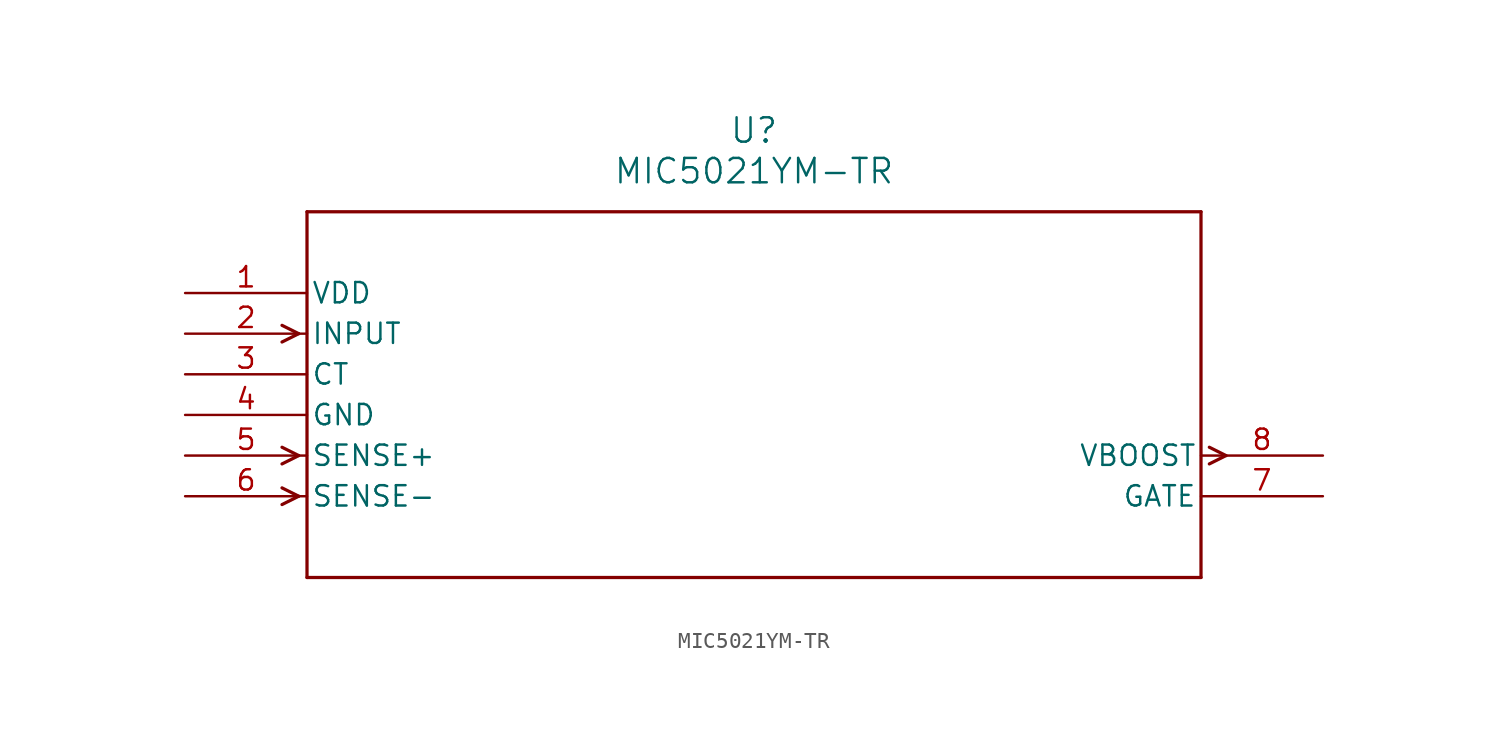
<source format=kicad_sym>
(kicad_symbol_lib
  (version 20211014)
  (generator kicad_symbol_editor)
  (symbol "MIC5021YM-TR"
    (pin_names
      (offset 0.254))
    (property "Reference" "U"
      (at 35.56 10.16 0)
      (effects (font (size 1.524 1.524))))
    (property "Value" "MIC5021YM-TR"
      (at 35.56 7.62 0)
      (effects (font (size 1.524 1.524))))
    (symbol "MIC5021YM-TR_0_1"
      (polyline (pts (xy 7.099 -2.54) (xy 6.058 -2.019)) (stroke (width 0.203) (type default) (color 0 0 0 0)) (fill (type none)))
      (polyline (pts (xy 7.099 -2.54) (xy 6.058 -3.061)) (stroke (width 0.203) (type default) (color 0 0 0 0)) (fill (type none)))
      (polyline (pts (xy 7.099 -10.16) (xy 6.058 -9.639)) (stroke (width 0.203) (type default) (color 0 0 0 0)) (fill (type none)))
      (polyline (pts (xy 7.099 -10.16) (xy 6.058 -10.681)) (stroke (width 0.203) (type default) (color 0 0 0 0)) (fill (type none)))
      (polyline (pts (xy 7.099 -12.7) (xy 6.058 -12.179)) (stroke (width 0.203) (type default) (color 0 0 0 0)) (fill (type none)))
      (polyline (pts (xy 7.099 -12.7) (xy 6.058 -13.221)) (stroke (width 0.203) (type default) (color 0 0 0 0)) (fill (type none)))
      (polyline (pts (xy 64.021 -9.639) (xy 65.062 -10.16)) (stroke (width 0.203) (type default) (color 0 0 0 0)) (fill (type none)))
      (polyline (pts (xy 64.021 -10.681) (xy 65.062 -10.16)) (stroke (width 0.203) (type default) (color 0 0 0 0)) (fill (type none)))
      (polyline (pts (xy 7.62 5.08) (xy 7.62 -17.78)) (stroke (width 0.203) (type default) (color 0 0 0 0)) (fill (type none)))
      (polyline (pts (xy 7.62 -17.78) (xy 63.5 -17.78)) (stroke (width 0.203) (type default) (color 0 0 0 0)) (fill (type none)))
      (polyline (pts (xy 63.5 -17.78) (xy 63.5 5.08)) (stroke (width 0.203) (type default) (color 0 0 0 0)) (fill (type none)))
      (polyline (pts (xy 63.5 5.08) (xy 7.62 5.08)) (stroke (width 0.203) (type default) (color 0 0 0 0)) (fill (type none)))
      (pin power_in line (at 0 0 0) (length 7.62) (name "VDD" (effects (font (size 1.27 1.27)))) (number "1" (effects (font (size 1.27 1.27)))))
      (pin input line (at 0 -2.54 0) (length 7.62) (name "INPUT" (effects (font (size 1.27 1.27)))) (number "2" (effects (font (size 1.27 1.27)))))
      (pin unspecified line (at 0 -5.08 0) (length 7.62) (name "CT" (effects (font (size 1.27 1.27)))) (number "3" (effects (font (size 1.27 1.27)))))
      (pin power_in line (at 0 -7.62 0) (length 7.62) (name "GND" (effects (font (size 1.27 1.27)))) (number "4" (effects (font (size 1.27 1.27)))))
      (pin input line (at 0 -10.16 0) (length 7.62) (name "SENSE+" (effects (font (size 1.27 1.27)))) (number "5" (effects (font (size 1.27 1.27)))))
      (pin input line (at 0 -12.7 0) (length 7.62) (name "SENSE-" (effects (font (size 1.27 1.27)))) (number "6" (effects (font (size 1.27 1.27)))))
      (pin unspecified line (at 71.12 -12.7 180) (length 7.62) (name "GATE" (effects (font (size 1.27 1.27)))) (number "7" (effects (font (size 1.27 1.27)))))
      (pin output line (at 71.12 -10.16 180) (length 7.62) (name "VBOOST" (effects (font (size 1.27 1.27)))) (number "8" (effects (font (size 1.27 1.27))))))))
</source>
